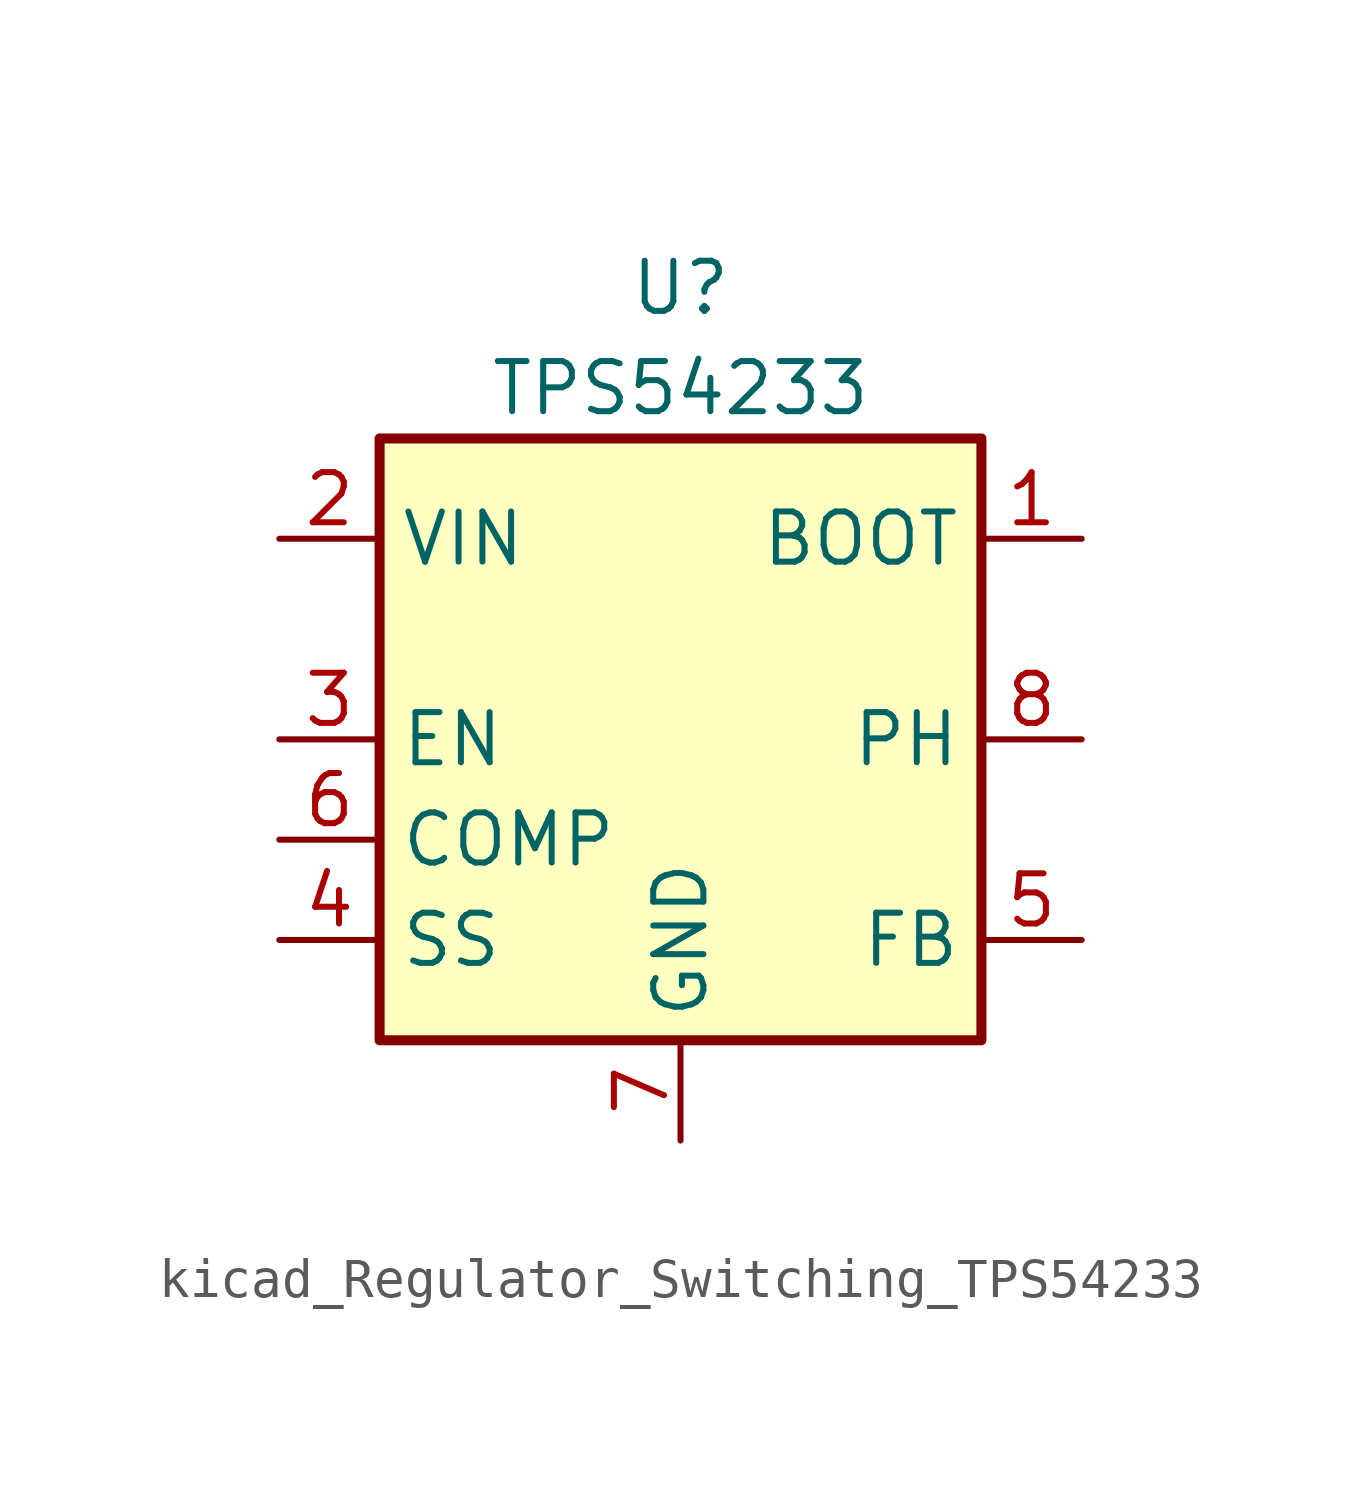
<source format=kicad_sym>
(kicad_symbol_lib
  (version 20220914)
  (generator kicad_symbol_editor)
  (symbol "kicad_Regulator_Switching_TPS54233"
    (property "Reference" "U"
      (at 0 11.43 0)
      (effects (font (size 1.27 1.27))))
    (property "Value" "TPS54233"
      (at 0 8.89 0)
      (effects (font (size 1.27 1.27))))
    (symbol "kicad_Regulator_Switching_TPS54233_1_1"
      (rectangle (start -7.62 7.62) (end 7.62 -7.62) (stroke (width 0.254) (type default)) (fill (type background)))
      (pin input line (at 10.16 5.08 180) (length 2.54) (name "BOOT" (effects (font (size 1.27 1.27)))) (number "1" (effects (font (size 1.27 1.27)))))
      (pin power_in line (at -10.16 5.08 0) (length 2.54) (name "VIN" (effects (font (size 1.27 1.27)))) (number "2" (effects (font (size 1.27 1.27)))))
      (pin input line (at -10.16 0 0) (length 2.54) (name "EN" (effects (font (size 1.27 1.27)))) (number "3" (effects (font (size 1.27 1.27)))))
      (pin input line (at -10.16 -5.08 0) (length 2.54) (name "SS" (effects (font (size 1.27 1.27)))) (number "4" (effects (font (size 1.27 1.27)))))
      (pin input line (at 10.16 -5.08 180) (length 2.54) (name "FB" (effects (font (size 1.27 1.27)))) (number "5" (effects (font (size 1.27 1.27)))))
      (pin passive line (at -10.16 -2.54 0) (length 2.54) (name "COMP" (effects (font (size 1.27 1.27)))) (number "6" (effects (font (size 1.27 1.27)))))
      (pin power_in line (at 0 -10.16 90) (length 2.54) (name "GND" (effects (font (size 1.27 1.27)))) (number "7" (effects (font (size 1.27 1.27)))))
      (pin output line (at 10.16 0 180) (length 2.54) (name "PH" (effects (font (size 1.27 1.27)))) (number "8" (effects (font (size 1.27 1.27))))))))
</source>
